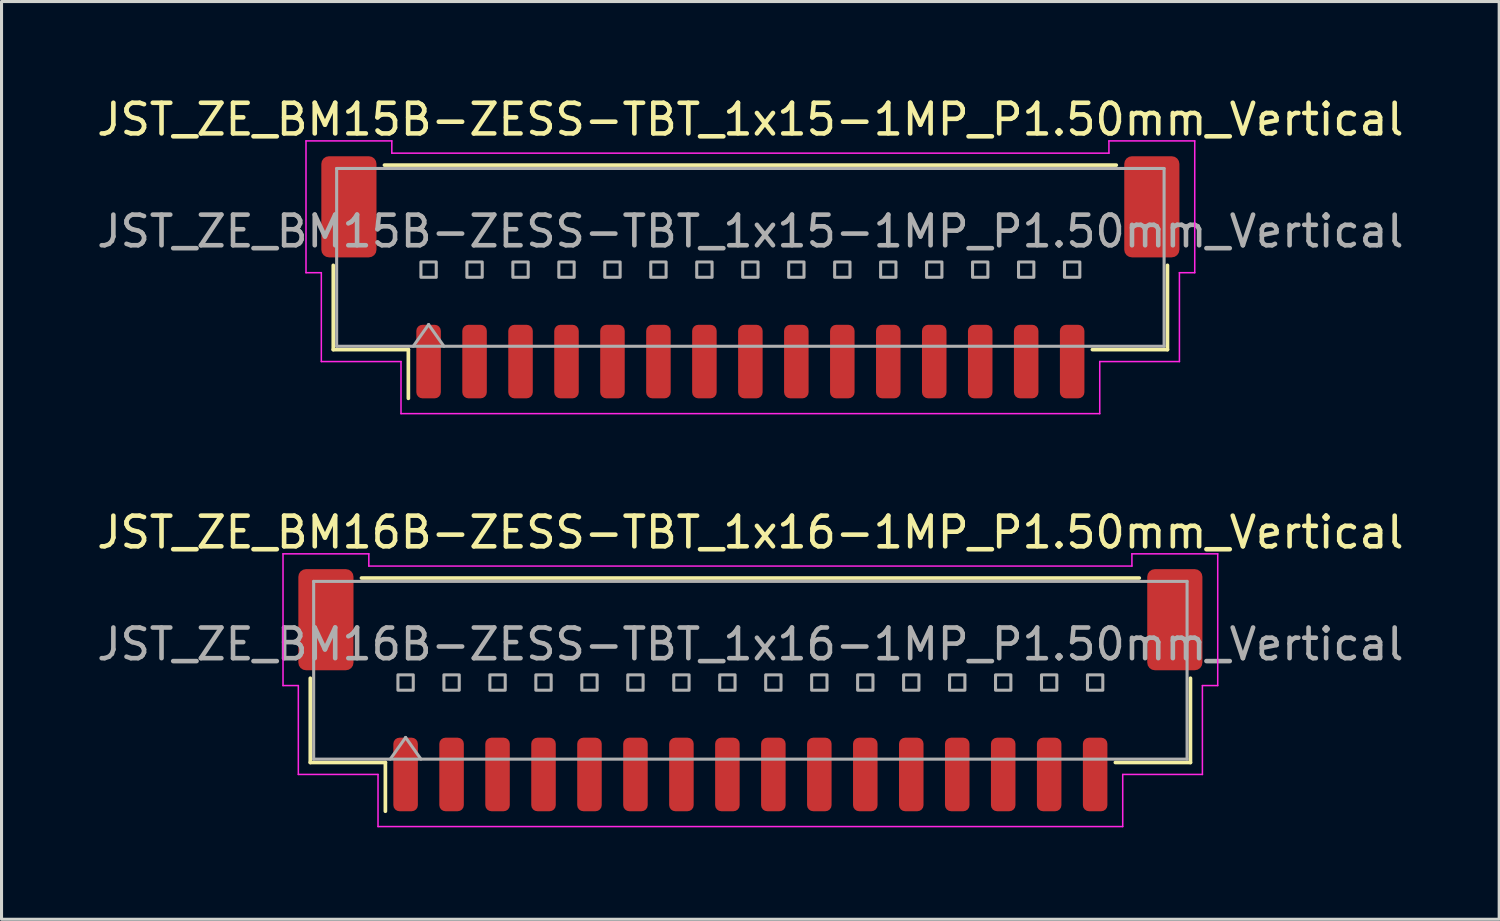
<source format=kicad_pcb>
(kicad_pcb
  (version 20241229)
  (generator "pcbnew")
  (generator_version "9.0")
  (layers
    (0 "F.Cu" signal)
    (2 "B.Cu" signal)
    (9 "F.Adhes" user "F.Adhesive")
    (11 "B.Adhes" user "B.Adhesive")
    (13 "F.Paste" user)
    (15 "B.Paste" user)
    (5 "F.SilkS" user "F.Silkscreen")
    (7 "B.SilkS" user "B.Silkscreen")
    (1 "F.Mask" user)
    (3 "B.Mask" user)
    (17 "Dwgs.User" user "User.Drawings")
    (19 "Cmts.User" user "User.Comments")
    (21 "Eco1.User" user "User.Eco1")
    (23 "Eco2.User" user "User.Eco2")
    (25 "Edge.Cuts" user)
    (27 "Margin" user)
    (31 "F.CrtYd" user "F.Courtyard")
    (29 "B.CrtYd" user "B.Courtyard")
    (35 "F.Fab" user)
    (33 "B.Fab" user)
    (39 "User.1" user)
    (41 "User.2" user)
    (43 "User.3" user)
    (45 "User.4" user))
  (footprint "JST_ZE_BM15B-ZESS-TBT_1x15-1MP_P1.50mm_Vertical"
    (layer "F.Cu")
    (at 21.435 5.998)
    (property "Reference" "JST_ZE_BM15B-ZESS-TBT_1x15-1MP_P1.50mm_Vertical" (at 0 -5.15 0) (layer "F.SilkS") (effects (font (size 1 1) (thickness 0.15))))
    (attr smd)
    (fp_line (start -13.61 -0.39) (end -13.61 2.36) (stroke (width 0.12) (type solid)) (layer "F.SilkS"))
    (fp_line (start -13.61 2.36) (end -11.16 2.36) (stroke (width 0.12) (type solid)) (layer "F.SilkS"))
    (fp_line (start -11.94 -3.66) (end 11.94 -3.66) (stroke (width 0.12) (type solid)) (layer "F.SilkS"))
    (fp_line (start -11.16 2.36) (end -11.16 3.95) (stroke (width 0.12) (type solid)) (layer "F.SilkS"))
    (fp_line (start 13.61 -0.39) (end 13.61 2.36) (stroke (width 0.12) (type solid)) (layer "F.SilkS"))
    (fp_line (start 13.61 2.36) (end 11.16 2.36) (stroke (width 0.12) (type solid)) (layer "F.SilkS"))
    (fp_line (start -14.5 -4.45) (end -11.7 -4.45) (stroke (width 0.05) (type solid)) (layer "F.CrtYd"))
    (fp_line (start -14.5 -0.15) (end -14.5 -4.45) (stroke (width 0.05) (type solid)) (layer "F.CrtYd"))
    (fp_line (start -14 -0.15) (end -14.5 -0.15) (stroke (width 0.05) (type solid)) (layer "F.CrtYd"))
    (fp_line (start -14 2.75) (end -14 -0.15) (stroke (width 0.05) (type solid)) (layer "F.CrtYd"))
    (fp_line (start -11.7 -4.45) (end -11.7 -4.05) (stroke (width 0.05) (type solid)) (layer "F.CrtYd"))
    (fp_line (start -11.7 -4.05) (end 11.7 -4.05) (stroke (width 0.05) (type solid)) (layer "F.CrtYd"))
    (fp_line (start -11.4 2.75) (end -14 2.75) (stroke (width 0.05) (type solid)) (layer "F.CrtYd"))
    (fp_line (start -11.4 4.45) (end -11.4 2.75) (stroke (width 0.05) (type solid)) (layer "F.CrtYd"))
    (fp_line (start 11.4 2.75) (end 11.4 4.45) (stroke (width 0.05) (type solid)) (layer "F.CrtYd"))
    (fp_line (start 11.4 4.45) (end -11.4 4.45) (stroke (width 0.05) (type solid)) (layer "F.CrtYd"))
    (fp_line (start 11.7 -4.45) (end 14.5 -4.45) (stroke (width 0.05) (type solid)) (layer "F.CrtYd"))
    (fp_line (start 11.7 -4.05) (end 11.7 -4.45) (stroke (width 0.05) (type solid)) (layer "F.CrtYd"))
    (fp_line (start 14 -0.15) (end 14 2.75) (stroke (width 0.05) (type solid)) (layer "F.CrtYd"))
    (fp_line (start 14 2.75) (end 11.4 2.75) (stroke (width 0.05) (type solid)) (layer "F.CrtYd"))
    (fp_line (start 14.5 -4.45) (end 14.5 -0.15) (stroke (width 0.05) (type solid)) (layer "F.CrtYd"))
    (fp_line (start 14.5 -0.15) (end 14 -0.15) (stroke (width 0.05) (type solid)) (layer "F.CrtYd"))
    (fp_line (start -13.5 -3.55) (end 13.5 -3.55) (stroke (width 0.1) (type solid)) (layer "F.Fab"))
    (fp_line (start -13.5 2.25) (end -13.5 -3.55) (stroke (width 0.1) (type solid)) (layer "F.Fab"))
    (fp_line (start -13.5 2.25) (end 13.5 2.25) (stroke (width 0.1) (type solid)) (layer "F.Fab"))
    (fp_line (start -11 2.25) (end -10.5 1.543) (stroke (width 0.1) (type solid)) (layer "F.Fab"))
    (fp_line (start -10.5 1.543) (end -10 2.25) (stroke (width 0.1) (type solid)) (layer "F.Fab"))
    (fp_line (start 13.5 2.25) (end 13.5 -3.55) (stroke (width 0.1) (type solid)) (layer "F.Fab"))
    (fp_rect (start -10.75 -0.5) (end -10.25 0) (stroke (width 0.1) (type solid)) (fill no) (layer "F.Fab"))
    (fp_rect (start -9.25 -0.5) (end -8.75 0) (stroke (width 0.1) (type solid)) (fill no) (layer "F.Fab"))
    (fp_rect (start -7.75 -0.5) (end -7.25 0) (stroke (width 0.1) (type solid)) (fill no) (layer "F.Fab"))
    (fp_rect (start -6.25 -0.5) (end -5.75 0) (stroke (width 0.1) (type solid)) (fill no) (layer "F.Fab"))
    (fp_rect (start -4.75 -0.5) (end -4.25 0) (stroke (width 0.1) (type solid)) (fill no) (layer "F.Fab"))
    (fp_rect (start -3.25 -0.5) (end -2.75 0) (stroke (width 0.1) (type solid)) (fill no) (layer "F.Fab"))
    (fp_rect (start -1.75 -0.5) (end -1.25 0) (stroke (width 0.1) (type solid)) (fill no) (layer "F.Fab"))
    (fp_rect (start -0.25 -0.5) (end 0.25 0) (stroke (width 0.1) (type solid)) (fill no) (layer "F.Fab"))
    (fp_rect (start 1.25 -0.5) (end 1.75 0) (stroke (width 0.1) (type solid)) (fill no) (layer "F.Fab"))
    (fp_rect (start 2.75 -0.5) (end 3.25 0) (stroke (width 0.1) (type solid)) (fill no) (layer "F.Fab"))
    (fp_rect (start 4.25 -0.5) (end 4.75 0) (stroke (width 0.1) (type solid)) (fill no) (layer "F.Fab"))
    (fp_rect (start 5.75 -0.5) (end 6.25 0) (stroke (width 0.1) (type solid)) (fill no) (layer "F.Fab"))
    (fp_rect (start 7.25 -0.5) (end 7.75 0) (stroke (width 0.1) (type solid)) (fill no) (layer "F.Fab"))
    (fp_rect (start 8.75 -0.5) (end 9.25 0) (stroke (width 0.1) (type solid)) (fill no) (layer "F.Fab"))
    (fp_rect (start 10.25 -0.5) (end 10.75 0) (stroke (width 0.1) (type solid)) (fill no) (layer "F.Fab"))
    (fp_text user "${REFERENCE}" (at 0 -1.5 0) (layer "F.Fab") (effects (font (size 1 1) (thickness 0.15))))
    (pad "1" smd roundrect (at -10.5 2.75) (size 0.8 2.4) (layers "F.Cu" "F.Mask" "F.Paste") (roundrect_rratio 0.25))
    (pad "2" smd roundrect (at -9 2.75) (size 0.8 2.4) (layers "F.Cu" "F.Mask" "F.Paste") (roundrect_rratio 0.25))
    (pad "3" smd roundrect (at -7.5 2.75) (size 0.8 2.4) (layers "F.Cu" "F.Mask" "F.Paste") (roundrect_rratio 0.25))
    (pad "4" smd roundrect (at -6 2.75) (size 0.8 2.4) (layers "F.Cu" "F.Mask" "F.Paste") (roundrect_rratio 0.25))
    (pad "5" smd roundrect (at -4.5 2.75) (size 0.8 2.4) (layers "F.Cu" "F.Mask" "F.Paste") (roundrect_rratio 0.25))
    (pad "6" smd roundrect (at -3 2.75) (size 0.8 2.4) (layers "F.Cu" "F.Mask" "F.Paste") (roundrect_rratio 0.25))
    (pad "7" smd roundrect (at -1.5 2.75) (size 0.8 2.4) (layers "F.Cu" "F.Mask" "F.Paste") (roundrect_rratio 0.25))
    (pad "8" smd roundrect (at 0 2.75) (size 0.8 2.4) (layers "F.Cu" "F.Mask" "F.Paste") (roundrect_rratio 0.25))
    (pad "9" smd roundrect (at 1.5 2.75) (size 0.8 2.4) (layers "F.Cu" "F.Mask" "F.Paste") (roundrect_rratio 0.25))
    (pad "10" smd roundrect (at 3 2.75) (size 0.8 2.4) (layers "F.Cu" "F.Mask" "F.Paste") (roundrect_rratio 0.25))
    (pad "11" smd roundrect (at 4.5 2.75) (size 0.8 2.4) (layers "F.Cu" "F.Mask" "F.Paste") (roundrect_rratio 0.25))
    (pad "12" smd roundrect (at 6 2.75) (size 0.8 2.4) (layers "F.Cu" "F.Mask" "F.Paste") (roundrect_rratio 0.25))
    (pad "13" smd roundrect (at 7.5 2.75) (size 0.8 2.4) (layers "F.Cu" "F.Mask" "F.Paste") (roundrect_rratio 0.25))
    (pad "14" smd roundrect (at 9 2.75) (size 0.8 2.4) (layers "F.Cu" "F.Mask" "F.Paste") (roundrect_rratio 0.25))
    (pad "15" smd roundrect (at 10.5 2.75) (size 0.8 2.4) (layers "F.Cu" "F.Mask" "F.Paste") (roundrect_rratio 0.25))
    (pad "MP" smd roundrect (at -13.1 -2.3) (size 1.8 3.3) (layers "F.Cu" "F.Mask" "F.Paste") (roundrect_rratio 0.139))
    (pad "MP" smd roundrect (at 13.1 -2.3) (size 1.8 3.3) (layers "F.Cu" "F.Mask" "F.Paste") (roundrect_rratio 0.139)))
  (footprint "JST_ZE_BM16B-ZESS-TBT_1x16-1MP_P1.50mm_Vertical"
    (layer "F.Cu")
    (at 21.435 19.471)
    (property "Reference" "JST_ZE_BM16B-ZESS-TBT_1x16-1MP_P1.50mm_Vertical" (at 0 -5.15 0) (layer "F.SilkS") (effects (font (size 1 1) (thickness 0.15))))
    (attr smd)
    (fp_line (start -14.36 -0.39) (end -14.36 2.36) (stroke (width 0.12) (type solid)) (layer "F.SilkS"))
    (fp_line (start -14.36 2.36) (end -11.91 2.36) (stroke (width 0.12) (type solid)) (layer "F.SilkS"))
    (fp_line (start -12.69 -3.66) (end 12.69 -3.66) (stroke (width 0.12) (type solid)) (layer "F.SilkS"))
    (fp_line (start -11.91 2.36) (end -11.91 3.95) (stroke (width 0.12) (type solid)) (layer "F.SilkS"))
    (fp_line (start 14.36 -0.39) (end 14.36 2.36) (stroke (width 0.12) (type solid)) (layer "F.SilkS"))
    (fp_line (start 14.36 2.36) (end 11.91 2.36) (stroke (width 0.12) (type solid)) (layer "F.SilkS"))
    (fp_line (start -15.25 -4.45) (end -12.45 -4.45) (stroke (width 0.05) (type solid)) (layer "F.CrtYd"))
    (fp_line (start -15.25 -0.15) (end -15.25 -4.45) (stroke (width 0.05) (type solid)) (layer "F.CrtYd"))
    (fp_line (start -14.75 -0.15) (end -15.25 -0.15) (stroke (width 0.05) (type solid)) (layer "F.CrtYd"))
    (fp_line (start -14.75 2.75) (end -14.75 -0.15) (stroke (width 0.05) (type solid)) (layer "F.CrtYd"))
    (fp_line (start -12.45 -4.45) (end -12.45 -4.05) (stroke (width 0.05) (type solid)) (layer "F.CrtYd"))
    (fp_line (start -12.45 -4.05) (end 12.45 -4.05) (stroke (width 0.05) (type solid)) (layer "F.CrtYd"))
    (fp_line (start -12.15 2.75) (end -14.75 2.75) (stroke (width 0.05) (type solid)) (layer "F.CrtYd"))
    (fp_line (start -12.15 4.45) (end -12.15 2.75) (stroke (width 0.05) (type solid)) (layer "F.CrtYd"))
    (fp_line (start 12.15 2.75) (end 12.15 4.45) (stroke (width 0.05) (type solid)) (layer "F.CrtYd"))
    (fp_line (start 12.15 4.45) (end -12.15 4.45) (stroke (width 0.05) (type solid)) (layer "F.CrtYd"))
    (fp_line (start 12.45 -4.45) (end 15.25 -4.45) (stroke (width 0.05) (type solid)) (layer "F.CrtYd"))
    (fp_line (start 12.45 -4.05) (end 12.45 -4.45) (stroke (width 0.05) (type solid)) (layer "F.CrtYd"))
    (fp_line (start 14.75 -0.15) (end 14.75 2.75) (stroke (width 0.05) (type solid)) (layer "F.CrtYd"))
    (fp_line (start 14.75 2.75) (end 12.15 2.75) (stroke (width 0.05) (type solid)) (layer "F.CrtYd"))
    (fp_line (start 15.25 -4.45) (end 15.25 -0.15) (stroke (width 0.05) (type solid)) (layer "F.CrtYd"))
    (fp_line (start 15.25 -0.15) (end 14.75 -0.15) (stroke (width 0.05) (type solid)) (layer "F.CrtYd"))
    (fp_line (start -14.25 -3.55) (end 14.25 -3.55) (stroke (width 0.1) (type solid)) (layer "F.Fab"))
    (fp_line (start -14.25 2.25) (end -14.25 -3.55) (stroke (width 0.1) (type solid)) (layer "F.Fab"))
    (fp_line (start -14.25 2.25) (end 14.25 2.25) (stroke (width 0.1) (type solid)) (layer "F.Fab"))
    (fp_line (start -11.75 2.25) (end -11.25 1.543) (stroke (width 0.1) (type solid)) (layer "F.Fab"))
    (fp_line (start -11.25 1.543) (end -10.75 2.25) (stroke (width 0.1) (type solid)) (layer "F.Fab"))
    (fp_line (start 14.25 2.25) (end 14.25 -3.55) (stroke (width 0.1) (type solid)) (layer "F.Fab"))
    (fp_rect (start -11.5 -0.5) (end -11 0) (stroke (width 0.1) (type solid)) (fill no) (layer "F.Fab"))
    (fp_rect (start -10 -0.5) (end -9.5 0) (stroke (width 0.1) (type solid)) (fill no) (layer "F.Fab"))
    (fp_rect (start -8.5 -0.5) (end -8 0) (stroke (width 0.1) (type solid)) (fill no) (layer "F.Fab"))
    (fp_rect (start -7 -0.5) (end -6.5 0) (stroke (width 0.1) (type solid)) (fill no) (layer "F.Fab"))
    (fp_rect (start -5.5 -0.5) (end -5 0) (stroke (width 0.1) (type solid)) (fill no) (layer "F.Fab"))
    (fp_rect (start -4 -0.5) (end -3.5 0) (stroke (width 0.1) (type solid)) (fill no) (layer "F.Fab"))
    (fp_rect (start -2.5 -0.5) (end -2 0) (stroke (width 0.1) (type solid)) (fill no) (layer "F.Fab"))
    (fp_rect (start -1 -0.5) (end -0.5 0) (stroke (width 0.1) (type solid)) (fill no) (layer "F.Fab"))
    (fp_rect (start 0.5 -0.5) (end 1 0) (stroke (width 0.1) (type solid)) (fill no) (layer "F.Fab"))
    (fp_rect (start 2 -0.5) (end 2.5 0) (stroke (width 0.1) (type solid)) (fill no) (layer "F.Fab"))
    (fp_rect (start 3.5 -0.5) (end 4 0) (stroke (width 0.1) (type solid)) (fill no) (layer "F.Fab"))
    (fp_rect (start 5 -0.5) (end 5.5 0) (stroke (width 0.1) (type solid)) (fill no) (layer "F.Fab"))
    (fp_rect (start 6.5 -0.5) (end 7 0) (stroke (width 0.1) (type solid)) (fill no) (layer "F.Fab"))
    (fp_rect (start 8 -0.5) (end 8.5 0) (stroke (width 0.1) (type solid)) (fill no) (layer "F.Fab"))
    (fp_rect (start 9.5 -0.5) (end 10 0) (stroke (width 0.1) (type solid)) (fill no) (layer "F.Fab"))
    (fp_rect (start 11 -0.5) (end 11.5 0) (stroke (width 0.1) (type solid)) (fill no) (layer "F.Fab"))
    (fp_text user "${REFERENCE}" (at 0 -1.5 0) (layer "F.Fab") (effects (font (size 1 1) (thickness 0.15))))
    (pad "1" smd roundrect (at -11.25 2.75) (size 0.8 2.4) (layers "F.Cu" "F.Mask" "F.Paste") (roundrect_rratio 0.25))
    (pad "2" smd roundrect (at -9.75 2.75) (size 0.8 2.4) (layers "F.Cu" "F.Mask" "F.Paste") (roundrect_rratio 0.25))
    (pad "3" smd roundrect (at -8.25 2.75) (size 0.8 2.4) (layers "F.Cu" "F.Mask" "F.Paste") (roundrect_rratio 0.25))
    (pad "4" smd roundrect (at -6.75 2.75) (size 0.8 2.4) (layers "F.Cu" "F.Mask" "F.Paste") (roundrect_rratio 0.25))
    (pad "5" smd roundrect (at -5.25 2.75) (size 0.8 2.4) (layers "F.Cu" "F.Mask" "F.Paste") (roundrect_rratio 0.25))
    (pad "6" smd roundrect (at -3.75 2.75) (size 0.8 2.4) (layers "F.Cu" "F.Mask" "F.Paste") (roundrect_rratio 0.25))
    (pad "7" smd roundrect (at -2.25 2.75) (size 0.8 2.4) (layers "F.Cu" "F.Mask" "F.Paste") (roundrect_rratio 0.25))
    (pad "8" smd roundrect (at -0.75 2.75) (size 0.8 2.4) (layers "F.Cu" "F.Mask" "F.Paste") (roundrect_rratio 0.25))
    (pad "9" smd roundrect (at 0.75 2.75) (size 0.8 2.4) (layers "F.Cu" "F.Mask" "F.Paste") (roundrect_rratio 0.25))
    (pad "10" smd roundrect (at 2.25 2.75) (size 0.8 2.4) (layers "F.Cu" "F.Mask" "F.Paste") (roundrect_rratio 0.25))
    (pad "11" smd roundrect (at 3.75 2.75) (size 0.8 2.4) (layers "F.Cu" "F.Mask" "F.Paste") (roundrect_rratio 0.25))
    (pad "12" smd roundrect (at 5.25 2.75) (size 0.8 2.4) (layers "F.Cu" "F.Mask" "F.Paste") (roundrect_rratio 0.25))
    (pad "13" smd roundrect (at 6.75 2.75) (size 0.8 2.4) (layers "F.Cu" "F.Mask" "F.Paste") (roundrect_rratio 0.25))
    (pad "14" smd roundrect (at 8.25 2.75) (size 0.8 2.4) (layers "F.Cu" "F.Mask" "F.Paste") (roundrect_rratio 0.25))
    (pad "15" smd roundrect (at 9.75 2.75) (size 0.8 2.4) (layers "F.Cu" "F.Mask" "F.Paste") (roundrect_rratio 0.25))
    (pad "16" smd roundrect (at 11.25 2.75) (size 0.8 2.4) (layers "F.Cu" "F.Mask" "F.Paste") (roundrect_rratio 0.25))
    (pad "MP" smd roundrect (at -13.85 -2.3) (size 1.8 3.3) (layers "F.Cu" "F.Mask" "F.Paste") (roundrect_rratio 0.139))
    (pad "MP" smd roundrect (at 13.85 -2.3) (size 1.8 3.3) (layers "F.Cu" "F.Mask" "F.Paste") (roundrect_rratio 0.139)))
  (gr_rect
    (start -3 -3)
    (end 45.869 26.947)
    (stroke (width 0.1) (type default))
    (fill no)
    (layer "Edge.Cuts")))
</source>
